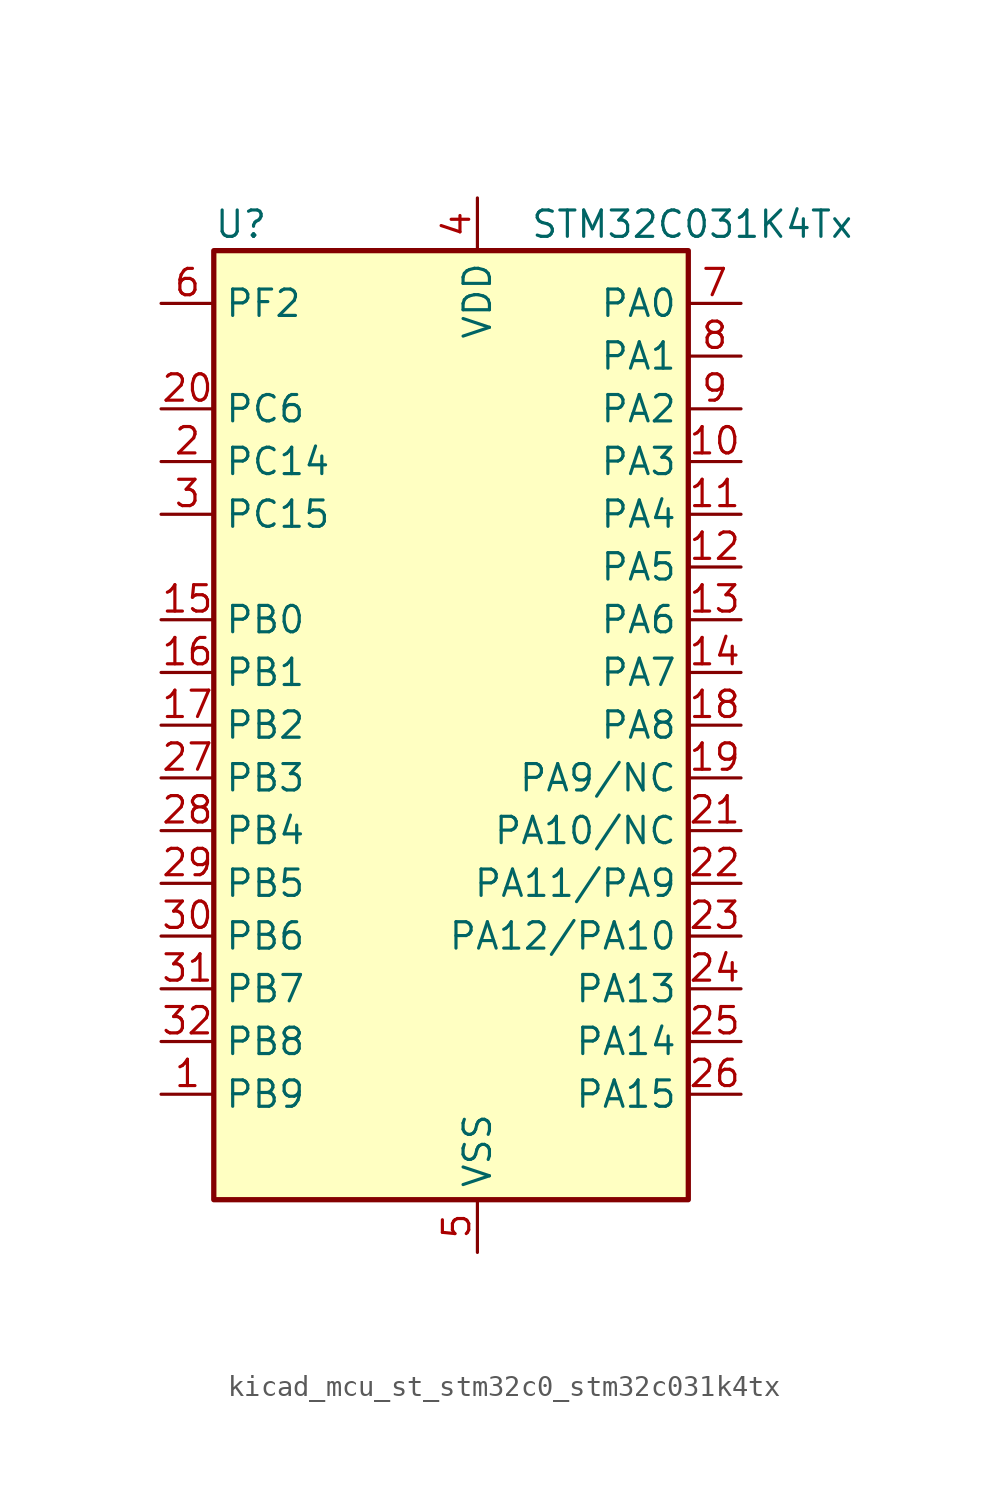
<source format=kicad_sym>
(kicad_symbol_lib
  (version 20220914)
  (generator kicad_symbol_editor)
  (symbol "kicad_mcu_st_stm32c0_stm32c031k4tx"
    (property "Reference" "U"
      (at -10.16 24.13 0)
      (effects (font (size 1.27 1.27)) (justify left)))
    (property "Value" "STM32C031K4Tx"
      (at 5.08 24.13 0)
      (effects (font (size 1.27 1.27)) (justify left)))
    (property "ki_locked" ""
      (at 0 0 0)
      (effects (font (size 1.27 1.27))))
    (symbol "kicad_mcu_st_stm32c0_stm32c031k4tx_0_1"
      (rectangle (start -10.16 -22.86) (end 12.7 22.86) (stroke (width 0.254) (type default)) (fill (type background))))
    (symbol "kicad_mcu_st_stm32c0_stm32c031k4tx_1_1"
      (pin bidirectional line (at -12.7 -17.78 0) (length 2.54) (name "PB9" (effects (font (size 1.27 1.27)))) (number "1" (effects (font (size 1.27 1.27)))) (alternate "I2C1_SDA" bidirectional line) (alternate "IR_OUT" bidirectional line) (alternate "TIM17_CH1" bidirectional line) (alternate "TIM3_CH2" bidirectional line) (alternate "USART2_CK" bidirectional line) (alternate "USART2_DE" bidirectional line) (alternate "USART2_RTS" bidirectional line))
      (pin bidirectional line (at 15.24 12.7 180) (length 2.54) (name "PA3" (effects (font (size 1.27 1.27)))) (number "10" (effects (font (size 1.27 1.27)))) (alternate "ADC1_IN3" bidirectional line) (alternate "TIM1_CH1N" bidirectional line) (alternate "TIM1_CH4" bidirectional line) (alternate "USART2_RX" bidirectional line))
      (pin bidirectional line (at 15.24 10.16 180) (length 2.54) (name "PA4" (effects (font (size 1.27 1.27)))) (number "11" (effects (font (size 1.27 1.27)))) (alternate "ADC1_IN4" bidirectional line) (alternate "I2S1_WS" bidirectional line) (alternate "PWR_WKUP2" bidirectional line) (alternate "RTC_OUT1" bidirectional line) (alternate "RTC_TS" bidirectional line) (alternate "SPI1_NSS" bidirectional line) (alternate "TIM14_CH1" bidirectional line) (alternate "TIM17_CH1N" bidirectional line) (alternate "TIM1_CH2N" bidirectional line) (alternate "USART2_TX" bidirectional line))
      (pin bidirectional line (at 15.24 7.62 180) (length 2.54) (name "PA5" (effects (font (size 1.27 1.27)))) (number "12" (effects (font (size 1.27 1.27)))) (alternate "ADC1_IN5" bidirectional line) (alternate "I2S1_CK" bidirectional line) (alternate "SPI1_SCK" bidirectional line) (alternate "TIM1_CH1" bidirectional line) (alternate "TIM1_CH3N" bidirectional line) (alternate "USART2_RX" bidirectional line))
      (pin bidirectional line (at 15.24 5.08 180) (length 2.54) (name "PA6" (effects (font (size 1.27 1.27)))) (number "13" (effects (font (size 1.27 1.27)))) (alternate "ADC1_IN6" bidirectional line) (alternate "I2S1_MCK" bidirectional line) (alternate "SPI1_MISO" bidirectional line) (alternate "TIM16_CH1" bidirectional line) (alternate "TIM1_BKIN" bidirectional line) (alternate "TIM3_CH1" bidirectional line))
      (pin bidirectional line (at 15.24 2.54 180) (length 2.54) (name "PA7" (effects (font (size 1.27 1.27)))) (number "14" (effects (font (size 1.27 1.27)))) (alternate "ADC1_IN7" bidirectional line) (alternate "I2S1_SD" bidirectional line) (alternate "SPI1_MOSI" bidirectional line) (alternate "TIM14_CH1" bidirectional line) (alternate "TIM17_CH1" bidirectional line) (alternate "TIM1_CH1N" bidirectional line) (alternate "TIM3_CH2" bidirectional line))
      (pin bidirectional line (at -12.7 5.08 0) (length 2.54) (name "PB0" (effects (font (size 1.27 1.27)))) (number "15" (effects (font (size 1.27 1.27)))) (alternate "ADC1_IN17" bidirectional line) (alternate "I2S1_WS" bidirectional line) (alternate "SPI1_NSS" bidirectional line) (alternate "TIM1_CH2N" bidirectional line) (alternate "TIM3_CH3" bidirectional line))
      (pin bidirectional line (at -12.7 2.54 0) (length 2.54) (name "PB1" (effects (font (size 1.27 1.27)))) (number "16" (effects (font (size 1.27 1.27)))) (alternate "ADC1_IN18" bidirectional line) (alternate "TIM14_CH1" bidirectional line) (alternate "TIM1_CH2N" bidirectional line) (alternate "TIM1_CH3N" bidirectional line) (alternate "TIM3_CH4" bidirectional line))
      (pin bidirectional line (at -12.7 0 0) (length 2.54) (name "PB2" (effects (font (size 1.27 1.27)))) (number "17" (effects (font (size 1.27 1.27)))) (alternate "ADC1_IN19" bidirectional line) (alternate "RCC_MCO_2" bidirectional line) (alternate "USART1_RX" bidirectional line))
      (pin bidirectional line (at 15.24 0 180) (length 2.54) (name "PA8" (effects (font (size 1.27 1.27)))) (number "18" (effects (font (size 1.27 1.27)))) (alternate "ADC1_IN8" bidirectional line) (alternate "I2S1_WS" bidirectional line) (alternate "RCC_MCO" bidirectional line) (alternate "RCC_MCO_2" bidirectional line) (alternate "SPI1_NSS" bidirectional line) (alternate "TIM14_CH1" bidirectional line) (alternate "TIM1_CH1" bidirectional line) (alternate "TIM1_CH2N" bidirectional line) (alternate "TIM1_CH3N" bidirectional line) (alternate "TIM3_CH3" bidirectional line) (alternate "TIM3_CH4" bidirectional line) (alternate "USART1_RX" bidirectional line) (alternate "USART2_TX" bidirectional line))
      (pin bidirectional line (at 15.24 -2.54 180) (length 2.54) (name "PA9/NC" (effects (font (size 1.27 1.27)))) (number "19" (effects (font (size 1.27 1.27)))) (alternate "I2C1_SCL" bidirectional line) (alternate "RCC_MCO" bidirectional line) (alternate "TIM1_CH2" bidirectional line) (alternate "TIM3_ETR" bidirectional line) (alternate "USART1_TX" bidirectional line))
      (pin bidirectional line (at -12.7 12.7 0) (length 2.54) (name "PC14" (effects (font (size 1.27 1.27)))) (number "2" (effects (font (size 1.27 1.27)))) (alternate "I2C1_SDA" bidirectional line) (alternate "IR_OUT" bidirectional line) (alternate "RCC_OSCX_IN" bidirectional line) (alternate "TIM17_CH1" bidirectional line) (alternate "TIM1_BKIN2" bidirectional line) (alternate "TIM1_ETR" bidirectional line) (alternate "TIM3_CH2" bidirectional line) (alternate "USART1_TX" bidirectional line) (alternate "USART2_CK" bidirectional line) (alternate "USART2_DE" bidirectional line) (alternate "USART2_RTS" bidirectional line))
      (pin bidirectional line (at -12.7 15.24 0) (length 2.54) (name "PC6" (effects (font (size 1.27 1.27)))) (number "20" (effects (font (size 1.27 1.27)))) (alternate "TIM3_CH1" bidirectional line))
      (pin bidirectional line (at 15.24 -5.08 180) (length 2.54) (name "PA10/NC" (effects (font (size 1.27 1.27)))) (number "21" (effects (font (size 1.27 1.27)))) (alternate "I2C1_SDA" bidirectional line) (alternate "RCC_MCO_2" bidirectional line) (alternate "TIM17_BKIN" bidirectional line) (alternate "TIM1_CH3" bidirectional line) (alternate "USART1_RX" bidirectional line))
      (pin bidirectional line (at 15.24 -7.62 180) (length 2.54) (name "PA11/PA9" (effects (font (size 1.27 1.27)))) (number "22" (effects (font (size 1.27 1.27)))) (alternate "ADC1_EXTI11" bidirectional line) (alternate "ADC1_IN11" bidirectional line) (alternate "I2S1_MCK" bidirectional line) (alternate "SPI1_MISO" bidirectional line) (alternate "TIM1_BKIN2" bidirectional line) (alternate "TIM1_CH4" bidirectional line) (alternate "USART1_CTS" bidirectional line) (alternate "USART1_NSS" bidirectional line))
      (pin bidirectional line (at 15.24 -10.16 180) (length 2.54) (name "PA12/PA10" (effects (font (size 1.27 1.27)))) (number "23" (effects (font (size 1.27 1.27)))) (alternate "ADC1_IN12" bidirectional line) (alternate "I2S1_SD" bidirectional line) (alternate "I2S_CKIN" bidirectional line) (alternate "SPI1_MOSI" bidirectional line) (alternate "TIM1_ETR" bidirectional line) (alternate "USART1_CK" bidirectional line) (alternate "USART1_DE" bidirectional line) (alternate "USART1_RTS" bidirectional line))
      (pin bidirectional line (at 15.24 -12.7 180) (length 2.54) (name "PA13" (effects (font (size 1.27 1.27)))) (number "24" (effects (font (size 1.27 1.27)))) (alternate "ADC1_IN13" bidirectional line) (alternate "DEBUG_SWDIO" bidirectional line) (alternate "IR_OUT" bidirectional line) (alternate "TIM3_ETR" bidirectional line) (alternate "USART2_RX" bidirectional line))
      (pin bidirectional line (at 15.24 -15.24 180) (length 2.54) (name "PA14" (effects (font (size 1.27 1.27)))) (number "25" (effects (font (size 1.27 1.27)))) (alternate "ADC1_IN14" bidirectional line) (alternate "DEBUG_SWCLK" bidirectional line) (alternate "I2S1_WS" bidirectional line) (alternate "RCC_MCO_2" bidirectional line) (alternate "SPI1_NSS" bidirectional line) (alternate "TIM1_CH1" bidirectional line) (alternate "USART1_CK" bidirectional line) (alternate "USART1_DE" bidirectional line) (alternate "USART1_RTS" bidirectional line) (alternate "USART2_RX" bidirectional line) (alternate "USART2_TX" bidirectional line))
      (pin bidirectional line (at 15.24 -17.78 180) (length 2.54) (name "PA15" (effects (font (size 1.27 1.27)))) (number "26" (effects (font (size 1.27 1.27)))) (alternate "I2S1_WS" bidirectional line) (alternate "RCC_MCO_2" bidirectional line) (alternate "SPI1_NSS" bidirectional line) (alternate "TIM1_CH1" bidirectional line) (alternate "USART1_CK" bidirectional line) (alternate "USART1_DE" bidirectional line) (alternate "USART1_RTS" bidirectional line) (alternate "USART2_RX" bidirectional line))
      (pin bidirectional line (at -12.7 -2.54 0) (length 2.54) (name "PB3" (effects (font (size 1.27 1.27)))) (number "27" (effects (font (size 1.27 1.27)))) (alternate "I2S1_CK" bidirectional line) (alternate "SPI1_SCK" bidirectional line) (alternate "TIM1_CH2" bidirectional line) (alternate "TIM3_CH2" bidirectional line) (alternate "USART1_CK" bidirectional line) (alternate "USART1_DE" bidirectional line) (alternate "USART1_RTS" bidirectional line))
      (pin bidirectional line (at -12.7 -5.08 0) (length 2.54) (name "PB4" (effects (font (size 1.27 1.27)))) (number "28" (effects (font (size 1.27 1.27)))) (alternate "I2S1_MCK" bidirectional line) (alternate "SPI1_MISO" bidirectional line) (alternate "TIM17_BKIN" bidirectional line) (alternate "TIM3_CH1" bidirectional line) (alternate "USART1_CTS" bidirectional line) (alternate "USART1_NSS" bidirectional line))
      (pin bidirectional line (at -12.7 -7.62 0) (length 2.54) (name "PB5" (effects (font (size 1.27 1.27)))) (number "29" (effects (font (size 1.27 1.27)))) (alternate "I2C1_SMBA" bidirectional line) (alternate "I2S1_SD" bidirectional line) (alternate "PWR_WKUP6" bidirectional line) (alternate "SPI1_MOSI" bidirectional line) (alternate "TIM16_BKIN" bidirectional line) (alternate "TIM3_CH2" bidirectional line) (alternate "TIM3_CH3" bidirectional line))
      (pin bidirectional line (at -12.7 10.16 0) (length 2.54) (name "PC15" (effects (font (size 1.27 1.27)))) (number "3" (effects (font (size 1.27 1.27)))) (alternate "RCC_OSC32_EN" bidirectional line) (alternate "RCC_OSCX_OUT" bidirectional line) (alternate "RCC_OSC_EN" bidirectional line) (alternate "TIM1_ETR" bidirectional line) (alternate "TIM3_CH3" bidirectional line))
      (pin bidirectional line (at -12.7 -10.16 0) (length 2.54) (name "PB6" (effects (font (size 1.27 1.27)))) (number "30" (effects (font (size 1.27 1.27)))) (alternate "I2C1_SCL" bidirectional line) (alternate "I2C1_SMBA" bidirectional line) (alternate "I2S1_CK" bidirectional line) (alternate "I2S1_MCK" bidirectional line) (alternate "I2S1_SD" bidirectional line) (alternate "PWR_WKUP3" bidirectional line) (alternate "SPI1_MISO" bidirectional line) (alternate "SPI1_MOSI" bidirectional line) (alternate "SPI1_SCK" bidirectional line) (alternate "TIM16_BKIN" bidirectional line) (alternate "TIM16_CH1N" bidirectional line) (alternate "TIM17_BKIN" bidirectional line) (alternate "TIM1_CH2" bidirectional line) (alternate "TIM1_CH3" bidirectional line) (alternate "TIM3_CH1" bidirectional line) (alternate "TIM3_CH2" bidirectional line) (alternate "TIM3_CH3" bidirectional line) (alternate "USART1_CK" bidirectional line) (alternate "USART1_CTS" bidirectional line) (alternate "USART1_DE" bidirectional line) (alternate "USART1_NSS" bidirectional line) (alternate "USART1_RTS" bidirectional line) (alternate "USART1_TX" bidirectional line))
      (pin bidirectional line (at -12.7 -12.7 0) (length 2.54) (name "PB7" (effects (font (size 1.27 1.27)))) (number "31" (effects (font (size 1.27 1.27)))) (alternate "I2C1_SCL" bidirectional line) (alternate "I2C1_SDA" bidirectional line) (alternate "RTC_REFIN" bidirectional line) (alternate "TIM16_CH1" bidirectional line) (alternate "TIM17_CH1N" bidirectional line) (alternate "TIM1_CH4" bidirectional line) (alternate "TIM3_CH1" bidirectional line) (alternate "TIM3_CH4" bidirectional line) (alternate "USART1_RX" bidirectional line) (alternate "USART2_CTS" bidirectional line) (alternate "USART2_NSS" bidirectional line))
      (pin bidirectional line (at -12.7 -15.24 0) (length 2.54) (name "PB8" (effects (font (size 1.27 1.27)))) (number "32" (effects (font (size 1.27 1.27)))) (alternate "I2C1_SCL" bidirectional line) (alternate "TIM16_CH1" bidirectional line) (alternate "TIM3_CH1" bidirectional line) (alternate "USART2_CTS" bidirectional line) (alternate "USART2_NSS" bidirectional line))
      (pin power_in line (at 2.54 25.4 270) (length 2.54) (name "VDD" (effects (font (size 1.27 1.27)))) (number "4" (effects (font (size 1.27 1.27)))))
      (pin power_in line (at 2.54 -25.4 90) (length 2.54) (name "VSS" (effects (font (size 1.27 1.27)))) (number "5" (effects (font (size 1.27 1.27)))))
      (pin bidirectional line (at -12.7 20.32 0) (length 2.54) (name "PF2" (effects (font (size 1.27 1.27)))) (number "6" (effects (font (size 1.27 1.27)))) (alternate "RCC_MCO" bidirectional line) (alternate "TIM1_CH4" bidirectional line))
      (pin bidirectional line (at 15.24 20.32 180) (length 2.54) (name "PA0" (effects (font (size 1.27 1.27)))) (number "7" (effects (font (size 1.27 1.27)))) (alternate "ADC1_IN0" bidirectional line) (alternate "PWR_WKUP1" bidirectional line) (alternate "TIM16_CH1" bidirectional line) (alternate "TIM1_CH1" bidirectional line) (alternate "USART1_TX" bidirectional line) (alternate "USART2_CTS" bidirectional line) (alternate "USART2_NSS" bidirectional line))
      (pin bidirectional line (at 15.24 17.78 180) (length 2.54) (name "PA1" (effects (font (size 1.27 1.27)))) (number "8" (effects (font (size 1.27 1.27)))) (alternate "ADC1_IN1" bidirectional line) (alternate "I2C1_SMBA" bidirectional line) (alternate "I2S1_CK" bidirectional line) (alternate "SPI1_SCK" bidirectional line) (alternate "TIM17_CH1" bidirectional line) (alternate "TIM1_CH2" bidirectional line) (alternate "USART1_RX" bidirectional line) (alternate "USART2_CK" bidirectional line) (alternate "USART2_DE" bidirectional line) (alternate "USART2_RTS" bidirectional line))
      (pin bidirectional line (at 15.24 15.24 180) (length 2.54) (name "PA2" (effects (font (size 1.27 1.27)))) (number "9" (effects (font (size 1.27 1.27)))) (alternate "ADC1_IN2" bidirectional line) (alternate "I2S1_SD" bidirectional line) (alternate "PWR_WKUP4" bidirectional line) (alternate "RCC_LSCO" bidirectional line) (alternate "SPI1_MOSI" bidirectional line) (alternate "TIM16_CH1N" bidirectional line) (alternate "TIM1_CH3" bidirectional line) (alternate "TIM3_ETR" bidirectional line) (alternate "USART2_TX" bidirectional line)))))
</source>
